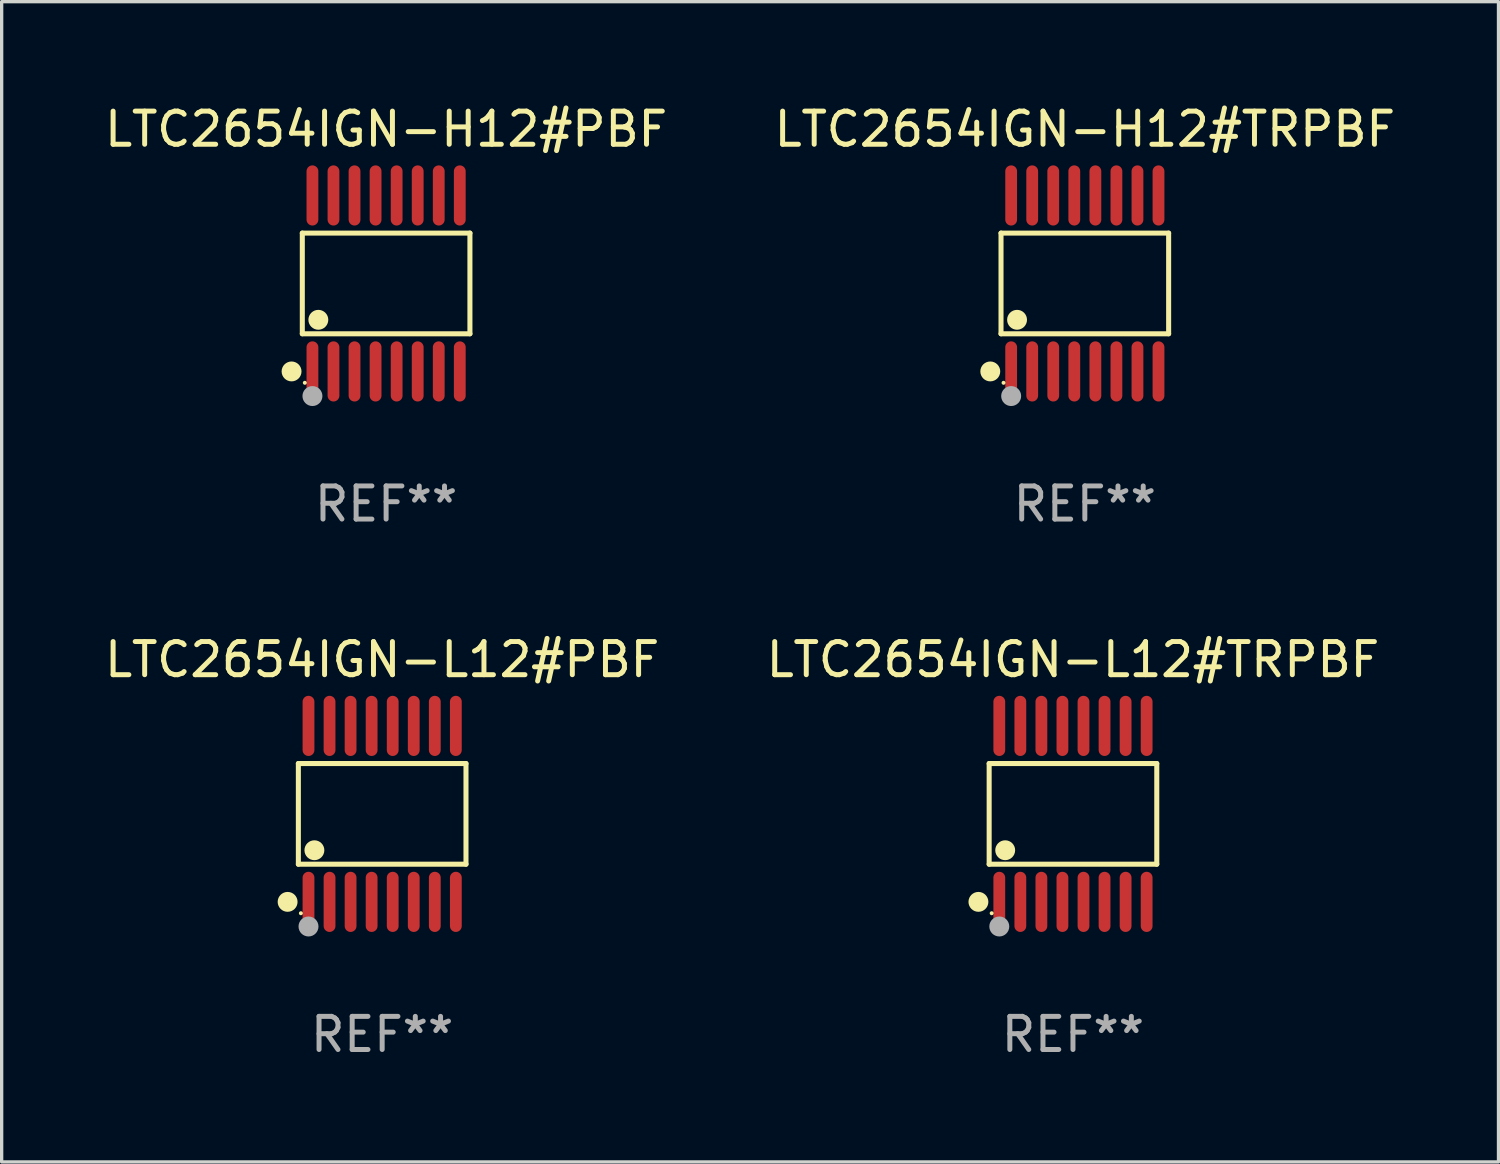
<source format=kicad_pcb>
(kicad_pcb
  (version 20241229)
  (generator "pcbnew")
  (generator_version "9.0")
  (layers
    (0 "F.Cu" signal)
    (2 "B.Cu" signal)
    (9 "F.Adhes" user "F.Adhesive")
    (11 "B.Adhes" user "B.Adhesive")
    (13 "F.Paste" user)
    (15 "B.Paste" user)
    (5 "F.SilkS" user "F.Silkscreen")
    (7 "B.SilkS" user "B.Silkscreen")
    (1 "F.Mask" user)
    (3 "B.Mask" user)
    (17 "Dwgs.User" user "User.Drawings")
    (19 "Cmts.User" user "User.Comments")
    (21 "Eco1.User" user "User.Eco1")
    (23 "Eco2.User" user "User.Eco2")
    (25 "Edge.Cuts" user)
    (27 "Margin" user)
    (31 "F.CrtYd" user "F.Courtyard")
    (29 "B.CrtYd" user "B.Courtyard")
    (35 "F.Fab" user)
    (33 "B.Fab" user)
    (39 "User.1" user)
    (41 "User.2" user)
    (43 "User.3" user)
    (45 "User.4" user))
  (footprint "LTC2654IGN-H12#PBF"
    (layer "F.Cu")
    (at 8.601 5.503)
    (property "Reference" "LTC2654IGN-H12#PBF" (at 0 -4.655 0) (layer "F.SilkS") (effects (font (size 1 1) (thickness 0.15))))
    (attr through_hole)
    (fp_line (start -2.529 -1.519) (end 2.529 -1.519) (stroke (width 0.152) (type solid)) (layer "F.SilkS"))
    (fp_line (start -2.529 1.519) (end -2.529 -1.519) (stroke (width 0.152) (type solid)) (layer "F.SilkS"))
    (fp_line (start 2.529 -1.519) (end 2.529 1.519) (stroke (width 0.152) (type solid)) (layer "F.SilkS"))
    (fp_line (start 2.529 1.519) (end -2.529 1.519) (stroke (width 0.152) (type solid)) (layer "F.SilkS"))
    (fp_circle (center -2.853 2.655) (end -2.703 2.655) (stroke (width 0.3) (type solid)) (fill no) (layer "F.SilkS"))
    (fp_circle (center -2.453 2.998) (end -2.423 2.998) (stroke (width 0.06) (type solid)) (fill no) (layer "F.SilkS"))
    (fp_circle (center -2.045 1.097) (end -1.895 1.097) (stroke (width 0.3) (type solid)) (fill no) (layer "F.SilkS"))
    (fp_circle (center -2.223 3.398) (end -2.072 3.398) (stroke (width 0.3) (type solid)) (fill no) (layer "F.Fab"))
    (fp_text user "REF**" (at 0 6.655 0) (layer "F.Fab") (effects (font (size 1 1) (thickness 0.15))))
    (pad "1" smd oval (at -2.223 2.655) (size 0.356 1.815) (layers "F.Cu" "F.Mask" "F.Paste"))
    (pad "2" smd oval (at -1.588 2.655) (size 0.356 1.815) (layers "F.Cu" "F.Mask" "F.Paste"))
    (pad "3" smd oval (at -0.953 2.655) (size 0.356 1.815) (layers "F.Cu" "F.Mask" "F.Paste"))
    (pad "4" smd oval (at -0.318 2.655) (size 0.356 1.815) (layers "F.Cu" "F.Mask" "F.Paste"))
    (pad "5" smd oval (at 0.318 2.655) (size 0.356 1.815) (layers "F.Cu" "F.Mask" "F.Paste"))
    (pad "6" smd oval (at 0.953 2.655) (size 0.356 1.815) (layers "F.Cu" "F.Mask" "F.Paste"))
    (pad "7" smd oval (at 1.588 2.655) (size 0.356 1.815) (layers "F.Cu" "F.Mask" "F.Paste"))
    (pad "8" smd oval (at 2.223 2.655) (size 0.356 1.815) (layers "F.Cu" "F.Mask" "F.Paste"))
    (pad "9" smd oval (at 2.223 -2.655) (size 0.356 1.815) (layers "F.Cu" "F.Mask" "F.Paste"))
    (pad "10" smd oval (at 1.588 -2.655) (size 0.356 1.815) (layers "F.Cu" "F.Mask" "F.Paste"))
    (pad "11" smd oval (at 0.953 -2.655) (size 0.356 1.815) (layers "F.Cu" "F.Mask" "F.Paste"))
    (pad "12" smd oval (at 0.318 -2.655) (size 0.356 1.815) (layers "F.Cu" "F.Mask" "F.Paste"))
    (pad "13" smd oval (at -0.318 -2.655) (size 0.356 1.815) (layers "F.Cu" "F.Mask" "F.Paste"))
    (pad "14" smd oval (at -0.953 -2.655) (size 0.356 1.815) (layers "F.Cu" "F.Mask" "F.Paste"))
    (pad "15" smd oval (at -1.588 -2.655) (size 0.356 1.815) (layers "F.Cu" "F.Mask" "F.Paste"))
    (pad "16" smd oval (at -2.223 -2.655) (size 0.356 1.815) (layers "F.Cu" "F.Mask" "F.Paste")))
  (footprint "LTC2654IGN-L12#PBF"
    (layer "F.Cu")
    (at 8.482 21.509)
    (property "Reference" "LTC2654IGN-L12#PBF" (at 0 -4.655 0) (layer "F.SilkS") (effects (font (size 1 1) (thickness 0.15))))
    (attr through_hole)
    (fp_line (start -2.529 -1.519) (end 2.529 -1.519) (stroke (width 0.152) (type solid)) (layer "F.SilkS"))
    (fp_line (start -2.529 1.519) (end -2.529 -1.519) (stroke (width 0.152) (type solid)) (layer "F.SilkS"))
    (fp_line (start 2.529 -1.519) (end 2.529 1.519) (stroke (width 0.152) (type solid)) (layer "F.SilkS"))
    (fp_line (start 2.529 1.519) (end -2.529 1.519) (stroke (width 0.152) (type solid)) (layer "F.SilkS"))
    (fp_circle (center -2.853 2.655) (end -2.703 2.655) (stroke (width 0.3) (type solid)) (fill no) (layer "F.SilkS"))
    (fp_circle (center -2.453 2.998) (end -2.423 2.998) (stroke (width 0.06) (type solid)) (fill no) (layer "F.SilkS"))
    (fp_circle (center -2.045 1.097) (end -1.895 1.097) (stroke (width 0.3) (type solid)) (fill no) (layer "F.SilkS"))
    (fp_circle (center -2.223 3.398) (end -2.072 3.398) (stroke (width 0.3) (type solid)) (fill no) (layer "F.Fab"))
    (fp_text user "REF**" (at 0 6.655 0) (layer "F.Fab") (effects (font (size 1 1) (thickness 0.15))))
    (pad "1" smd oval (at -2.223 2.655) (size 0.356 1.815) (layers "F.Cu" "F.Mask" "F.Paste"))
    (pad "2" smd oval (at -1.588 2.655) (size 0.356 1.815) (layers "F.Cu" "F.Mask" "F.Paste"))
    (pad "3" smd oval (at -0.953 2.655) (size 0.356 1.815) (layers "F.Cu" "F.Mask" "F.Paste"))
    (pad "4" smd oval (at -0.318 2.655) (size 0.356 1.815) (layers "F.Cu" "F.Mask" "F.Paste"))
    (pad "5" smd oval (at 0.318 2.655) (size 0.356 1.815) (layers "F.Cu" "F.Mask" "F.Paste"))
    (pad "6" smd oval (at 0.953 2.655) (size 0.356 1.815) (layers "F.Cu" "F.Mask" "F.Paste"))
    (pad "7" smd oval (at 1.588 2.655) (size 0.356 1.815) (layers "F.Cu" "F.Mask" "F.Paste"))
    (pad "8" smd oval (at 2.223 2.655) (size 0.356 1.815) (layers "F.Cu" "F.Mask" "F.Paste"))
    (pad "9" smd oval (at 2.223 -2.655) (size 0.356 1.815) (layers "F.Cu" "F.Mask" "F.Paste"))
    (pad "10" smd oval (at 1.588 -2.655) (size 0.356 1.815) (layers "F.Cu" "F.Mask" "F.Paste"))
    (pad "11" smd oval (at 0.953 -2.655) (size 0.356 1.815) (layers "F.Cu" "F.Mask" "F.Paste"))
    (pad "12" smd oval (at 0.318 -2.655) (size 0.356 1.815) (layers "F.Cu" "F.Mask" "F.Paste"))
    (pad "13" smd oval (at -0.318 -2.655) (size 0.356 1.815) (layers "F.Cu" "F.Mask" "F.Paste"))
    (pad "14" smd oval (at -0.953 -2.655) (size 0.356 1.815) (layers "F.Cu" "F.Mask" "F.Paste"))
    (pad "15" smd oval (at -1.588 -2.655) (size 0.356 1.815) (layers "F.Cu" "F.Mask" "F.Paste"))
    (pad "16" smd oval (at -2.223 -2.655) (size 0.356 1.815) (layers "F.Cu" "F.Mask" "F.Paste")))
  (footprint "LTC2654IGN-L12#TRPBF"
    (layer "F.Cu")
    (at 29.327 21.509)
    (property "Reference" "LTC2654IGN-L12#TRPBF" (at 0 -4.655 0) (layer "F.SilkS") (effects (font (size 1 1) (thickness 0.15))))
    (attr through_hole)
    (fp_line (start -2.529 -1.519) (end 2.529 -1.519) (stroke (width 0.152) (type solid)) (layer "F.SilkS"))
    (fp_line (start -2.529 1.519) (end -2.529 -1.519) (stroke (width 0.152) (type solid)) (layer "F.SilkS"))
    (fp_line (start 2.529 -1.519) (end 2.529 1.519) (stroke (width 0.152) (type solid)) (layer "F.SilkS"))
    (fp_line (start 2.529 1.519) (end -2.529 1.519) (stroke (width 0.152) (type solid)) (layer "F.SilkS"))
    (fp_circle (center -2.853 2.655) (end -2.703 2.655) (stroke (width 0.3) (type solid)) (fill no) (layer "F.SilkS"))
    (fp_circle (center -2.453 2.998) (end -2.423 2.998) (stroke (width 0.06) (type solid)) (fill no) (layer "F.SilkS"))
    (fp_circle (center -2.045 1.097) (end -1.895 1.097) (stroke (width 0.3) (type solid)) (fill no) (layer "F.SilkS"))
    (fp_circle (center -2.223 3.398) (end -2.072 3.398) (stroke (width 0.3) (type solid)) (fill no) (layer "F.Fab"))
    (fp_text user "REF**" (at 0 6.655 0) (layer "F.Fab") (effects (font (size 1 1) (thickness 0.15))))
    (pad "1" smd oval (at -2.223 2.655) (size 0.356 1.815) (layers "F.Cu" "F.Mask" "F.Paste"))
    (pad "2" smd oval (at -1.588 2.655) (size 0.356 1.815) (layers "F.Cu" "F.Mask" "F.Paste"))
    (pad "3" smd oval (at -0.953 2.655) (size 0.356 1.815) (layers "F.Cu" "F.Mask" "F.Paste"))
    (pad "4" smd oval (at -0.318 2.655) (size 0.356 1.815) (layers "F.Cu" "F.Mask" "F.Paste"))
    (pad "5" smd oval (at 0.318 2.655) (size 0.356 1.815) (layers "F.Cu" "F.Mask" "F.Paste"))
    (pad "6" smd oval (at 0.953 2.655) (size 0.356 1.815) (layers "F.Cu" "F.Mask" "F.Paste"))
    (pad "7" smd oval (at 1.588 2.655) (size 0.356 1.815) (layers "F.Cu" "F.Mask" "F.Paste"))
    (pad "8" smd oval (at 2.223 2.655) (size 0.356 1.815) (layers "F.Cu" "F.Mask" "F.Paste"))
    (pad "9" smd oval (at 2.223 -2.655) (size 0.356 1.815) (layers "F.Cu" "F.Mask" "F.Paste"))
    (pad "10" smd oval (at 1.588 -2.655) (size 0.356 1.815) (layers "F.Cu" "F.Mask" "F.Paste"))
    (pad "11" smd oval (at 0.953 -2.655) (size 0.356 1.815) (layers "F.Cu" "F.Mask" "F.Paste"))
    (pad "12" smd oval (at 0.318 -2.655) (size 0.356 1.815) (layers "F.Cu" "F.Mask" "F.Paste"))
    (pad "13" smd oval (at -0.318 -2.655) (size 0.356 1.815) (layers "F.Cu" "F.Mask" "F.Paste"))
    (pad "14" smd oval (at -0.953 -2.655) (size 0.356 1.815) (layers "F.Cu" "F.Mask" "F.Paste"))
    (pad "15" smd oval (at -1.588 -2.655) (size 0.356 1.815) (layers "F.Cu" "F.Mask" "F.Paste"))
    (pad "16" smd oval (at -2.223 -2.655) (size 0.356 1.815) (layers "F.Cu" "F.Mask" "F.Paste")))
  (footprint "LTC2654IGN-H12#TRPBF"
    (layer "F.Cu")
    (at 29.685 5.503)
    (property "Reference" "LTC2654IGN-H12#TRPBF" (at 0 -4.655 0) (layer "F.SilkS") (effects (font (size 1 1) (thickness 0.15))))
    (attr through_hole)
    (fp_line (start -2.529 -1.519) (end 2.529 -1.519) (stroke (width 0.152) (type solid)) (layer "F.SilkS"))
    (fp_line (start -2.529 1.519) (end -2.529 -1.519) (stroke (width 0.152) (type solid)) (layer "F.SilkS"))
    (fp_line (start 2.529 -1.519) (end 2.529 1.519) (stroke (width 0.152) (type solid)) (layer "F.SilkS"))
    (fp_line (start 2.529 1.519) (end -2.529 1.519) (stroke (width 0.152) (type solid)) (layer "F.SilkS"))
    (fp_circle (center -2.853 2.655) (end -2.703 2.655) (stroke (width 0.3) (type solid)) (fill no) (layer "F.SilkS"))
    (fp_circle (center -2.453 2.998) (end -2.423 2.998) (stroke (width 0.06) (type solid)) (fill no) (layer "F.SilkS"))
    (fp_circle (center -2.045 1.097) (end -1.895 1.097) (stroke (width 0.3) (type solid)) (fill no) (layer "F.SilkS"))
    (fp_circle (center -2.223 3.398) (end -2.072 3.398) (stroke (width 0.3) (type solid)) (fill no) (layer "F.Fab"))
    (fp_text user "REF**" (at 0 6.655 0) (layer "F.Fab") (effects (font (size 1 1) (thickness 0.15))))
    (pad "1" smd oval (at -2.223 2.655) (size 0.356 1.815) (layers "F.Cu" "F.Mask" "F.Paste"))
    (pad "2" smd oval (at -1.588 2.655) (size 0.356 1.815) (layers "F.Cu" "F.Mask" "F.Paste"))
    (pad "3" smd oval (at -0.953 2.655) (size 0.356 1.815) (layers "F.Cu" "F.Mask" "F.Paste"))
    (pad "4" smd oval (at -0.318 2.655) (size 0.356 1.815) (layers "F.Cu" "F.Mask" "F.Paste"))
    (pad "5" smd oval (at 0.318 2.655) (size 0.356 1.815) (layers "F.Cu" "F.Mask" "F.Paste"))
    (pad "6" smd oval (at 0.953 2.655) (size 0.356 1.815) (layers "F.Cu" "F.Mask" "F.Paste"))
    (pad "7" smd oval (at 1.588 2.655) (size 0.356 1.815) (layers "F.Cu" "F.Mask" "F.Paste"))
    (pad "8" smd oval (at 2.223 2.655) (size 0.356 1.815) (layers "F.Cu" "F.Mask" "F.Paste"))
    (pad "9" smd oval (at 2.223 -2.655) (size 0.356 1.815) (layers "F.Cu" "F.Mask" "F.Paste"))
    (pad "10" smd oval (at 1.588 -2.655) (size 0.356 1.815) (layers "F.Cu" "F.Mask" "F.Paste"))
    (pad "11" smd oval (at 0.953 -2.655) (size 0.356 1.815) (layers "F.Cu" "F.Mask" "F.Paste"))
    (pad "12" smd oval (at 0.318 -2.655) (size 0.356 1.815) (layers "F.Cu" "F.Mask" "F.Paste"))
    (pad "13" smd oval (at -0.318 -2.655) (size 0.356 1.815) (layers "F.Cu" "F.Mask" "F.Paste"))
    (pad "14" smd oval (at -0.953 -2.655) (size 0.356 1.815) (layers "F.Cu" "F.Mask" "F.Paste"))
    (pad "15" smd oval (at -1.588 -2.655) (size 0.356 1.815) (layers "F.Cu" "F.Mask" "F.Paste"))
    (pad "16" smd oval (at -2.223 -2.655) (size 0.356 1.815) (layers "F.Cu" "F.Mask" "F.Paste")))
  (gr_rect
    (start -3 -3)
    (end 42.167 32.012)
    (stroke (width 0.1) (type default))
    (fill no)
    (layer "Edge.Cuts")))
</source>
